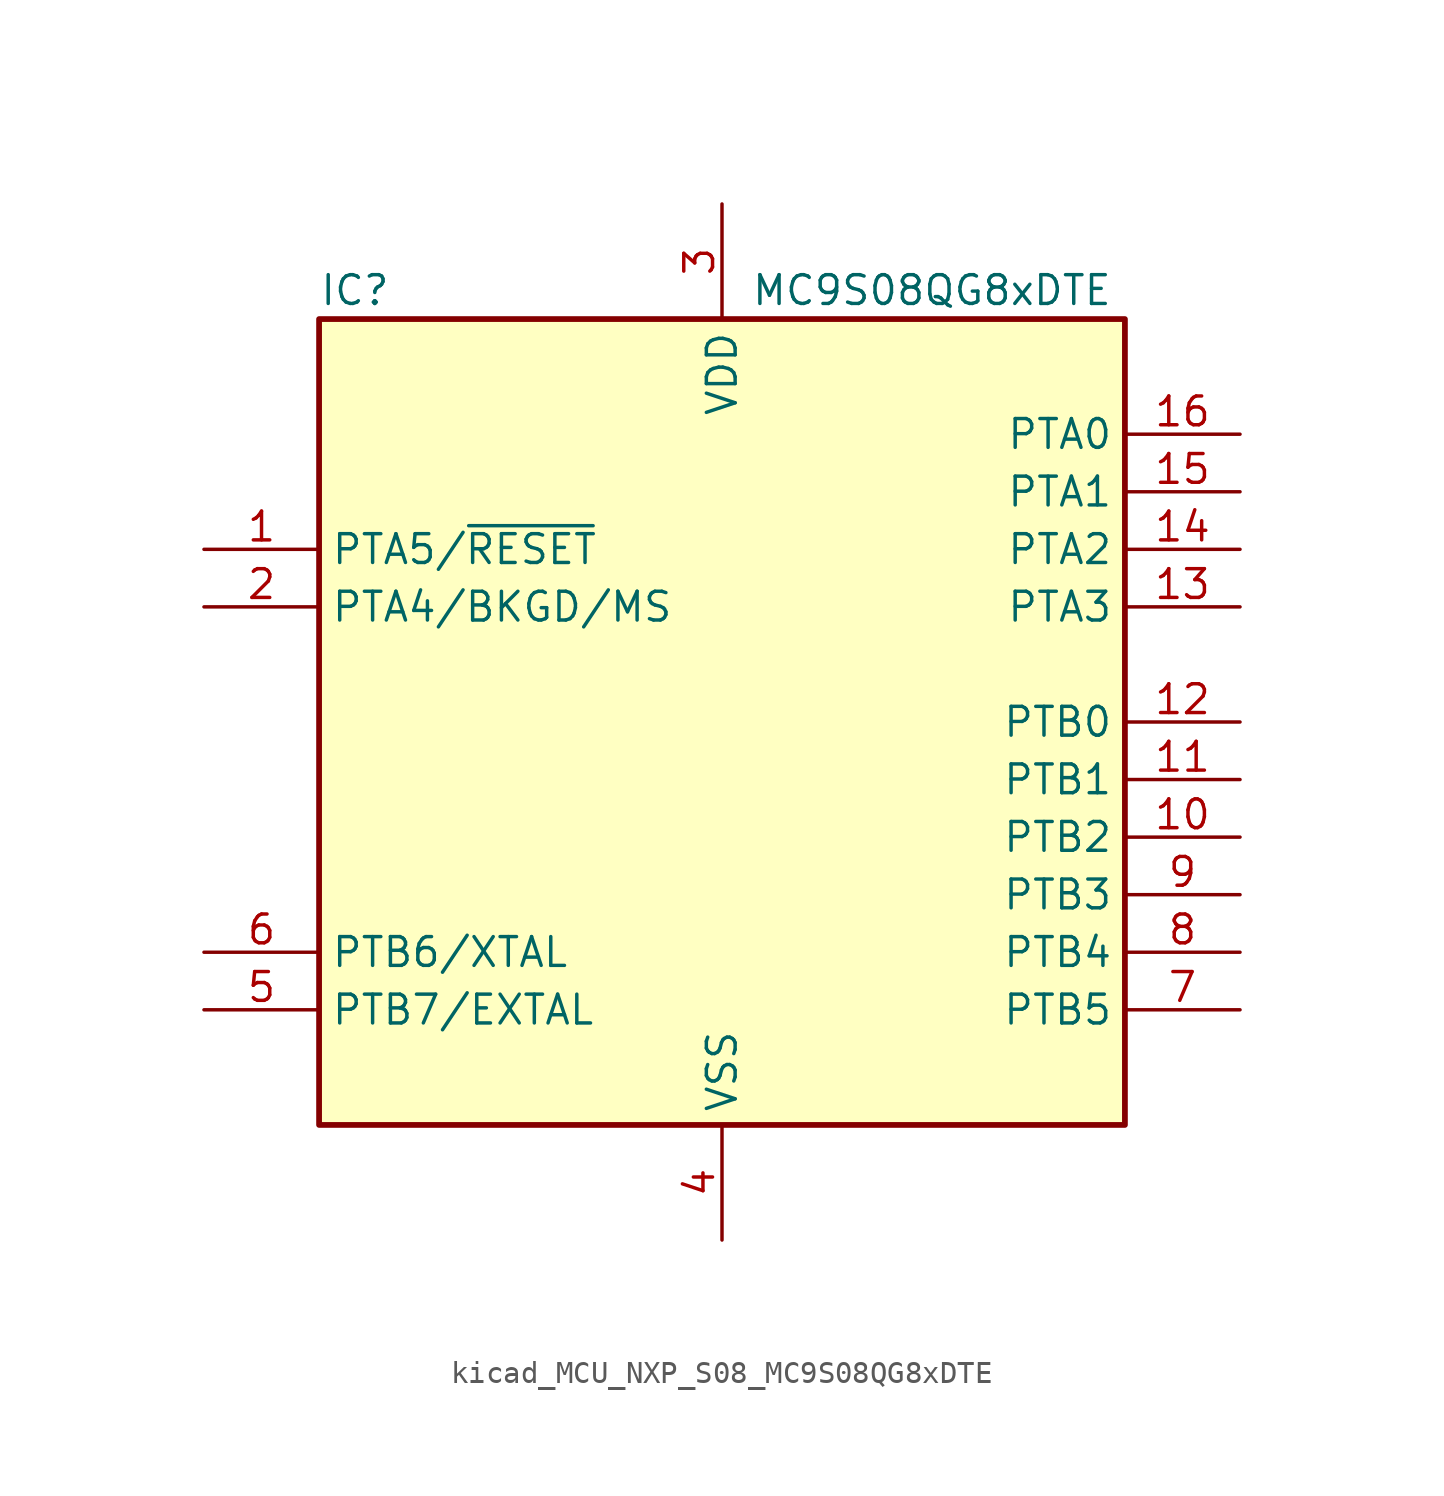
<source format=kicad_sym>
(kicad_symbol_lib
  (version 20220914)
  (generator kicad_symbol_editor)
  (symbol "kicad_MCU_NXP_S08_MC9S08QG8xDTE"
    (property "Reference" "IC"
      (at -17.78 19.05 0)
      (effects (font (size 1.27 1.27)) (justify left)))
    (property "Value" "MC9S08QG8xDTE"
      (at 1.27 19.05 0)
      (effects (font (size 1.27 1.27)) (justify left)))
    (symbol "kicad_MCU_NXP_S08_MC9S08QG8xDTE_0_1"
      (rectangle (start -17.78 17.78) (end 17.78 -17.78) (stroke (width 0.254) (type default)) (fill (type background))))
    (symbol "kicad_MCU_NXP_S08_MC9S08QG8xDTE_1_1"
      (pin bidirectional line (at -22.86 7.62 0) (length 5.08) (name "PTA5/~{RESET}" (effects (font (size 1.27 1.27)))) (number "1" (effects (font (size 1.27 1.27)))))
      (pin bidirectional line (at 22.86 -5.08 180) (length 5.08) (name "PTB2" (effects (font (size 1.27 1.27)))) (number "10" (effects (font (size 1.27 1.27)))))
      (pin bidirectional line (at 22.86 -2.54 180) (length 5.08) (name "PTB1" (effects (font (size 1.27 1.27)))) (number "11" (effects (font (size 1.27 1.27)))))
      (pin bidirectional line (at 22.86 0 180) (length 5.08) (name "PTB0" (effects (font (size 1.27 1.27)))) (number "12" (effects (font (size 1.27 1.27)))))
      (pin bidirectional line (at 22.86 5.08 180) (length 5.08) (name "PTA3" (effects (font (size 1.27 1.27)))) (number "13" (effects (font (size 1.27 1.27)))))
      (pin bidirectional line (at 22.86 7.62 180) (length 5.08) (name "PTA2" (effects (font (size 1.27 1.27)))) (number "14" (effects (font (size 1.27 1.27)))))
      (pin bidirectional line (at 22.86 10.16 180) (length 5.08) (name "PTA1" (effects (font (size 1.27 1.27)))) (number "15" (effects (font (size 1.27 1.27)))))
      (pin bidirectional line (at 22.86 12.7 180) (length 5.08) (name "PTA0" (effects (font (size 1.27 1.27)))) (number "16" (effects (font (size 1.27 1.27)))))
      (pin bidirectional line (at -22.86 5.08 0) (length 5.08) (name "PTA4/BKGD/MS" (effects (font (size 1.27 1.27)))) (number "2" (effects (font (size 1.27 1.27)))))
      (pin power_in line (at 0 22.86 270) (length 5.08) (name "VDD" (effects (font (size 1.27 1.27)))) (number "3" (effects (font (size 1.27 1.27)))))
      (pin power_in line (at 0 -22.86 90) (length 5.08) (name "VSS" (effects (font (size 1.27 1.27)))) (number "4" (effects (font (size 1.27 1.27)))))
      (pin bidirectional line (at -22.86 -12.7 0) (length 5.08) (name "PTB7/EXTAL" (effects (font (size 1.27 1.27)))) (number "5" (effects (font (size 1.27 1.27)))))
      (pin bidirectional line (at -22.86 -10.16 0) (length 5.08) (name "PTB6/XTAL" (effects (font (size 1.27 1.27)))) (number "6" (effects (font (size 1.27 1.27)))))
      (pin bidirectional line (at 22.86 -12.7 180) (length 5.08) (name "PTB5" (effects (font (size 1.27 1.27)))) (number "7" (effects (font (size 1.27 1.27)))))
      (pin bidirectional line (at 22.86 -10.16 180) (length 5.08) (name "PTB4" (effects (font (size 1.27 1.27)))) (number "8" (effects (font (size 1.27 1.27)))))
      (pin bidirectional line (at 22.86 -7.62 180) (length 5.08) (name "PTB3" (effects (font (size 1.27 1.27)))) (number "9" (effects (font (size 1.27 1.27))))))))
</source>
